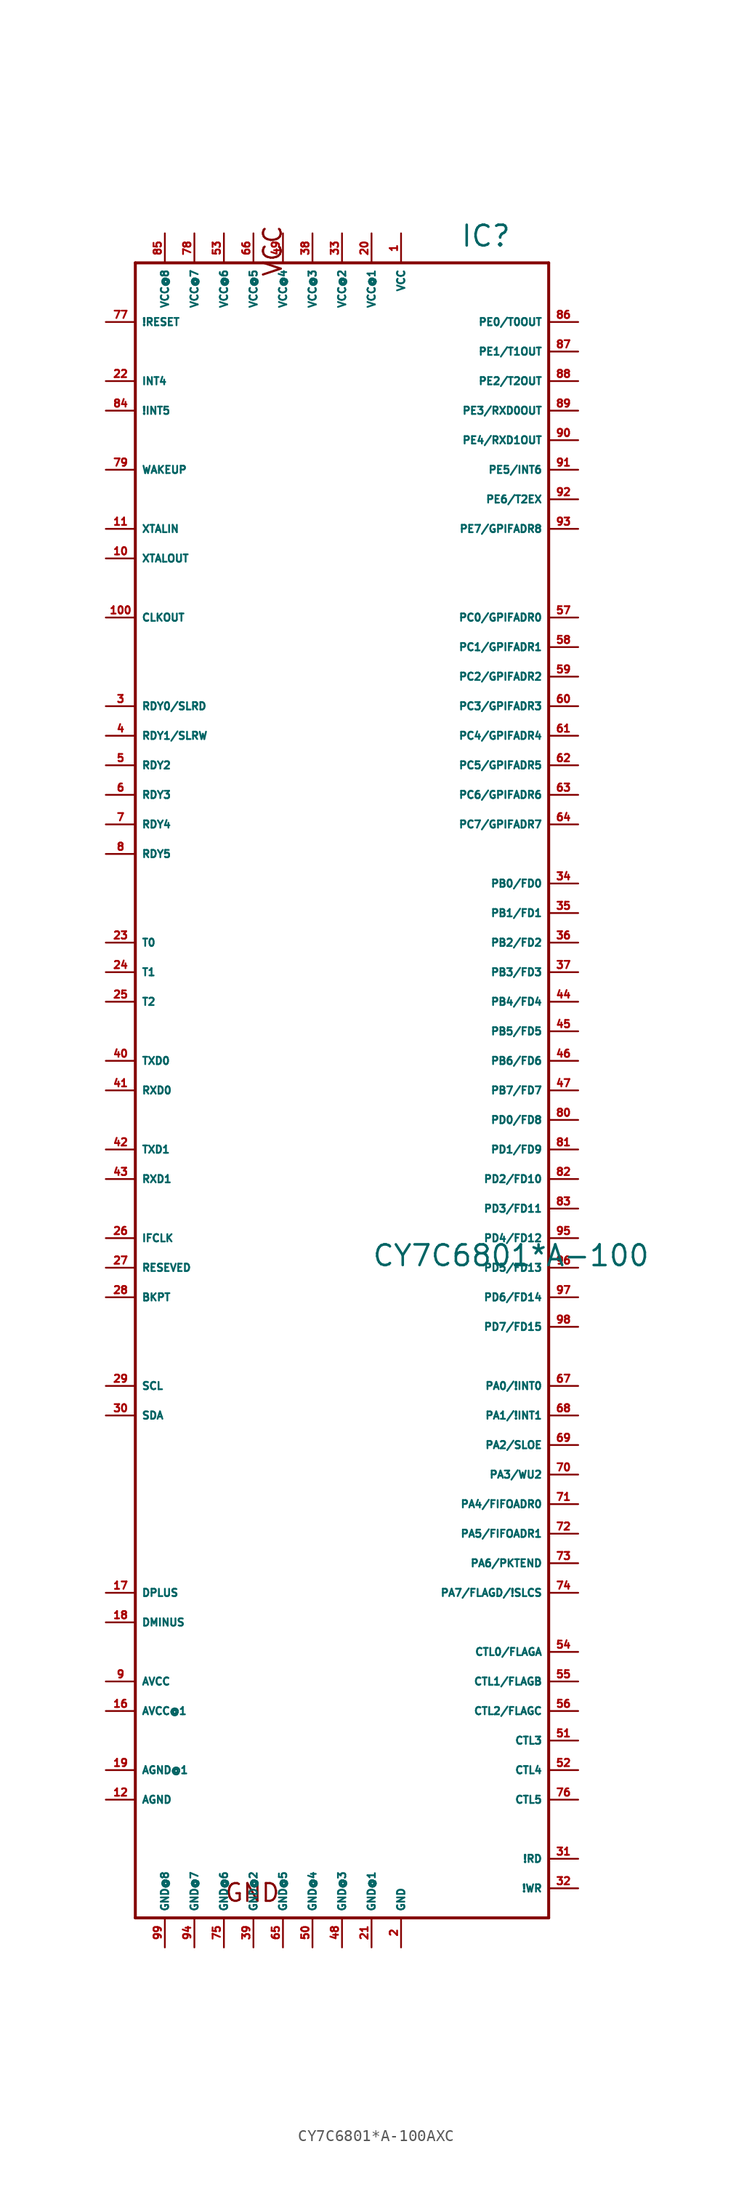
<source format=kicad_sym>
(kicad_symbol_lib
  (version 20220914)
  (generator Eagle2Kicad)
  (symbol "CY7C6801*A-100AXC"
    (property "Reference" "IC"
      (at 10.16 64.77 0)
      (effects (font (size 1.778 1.778) (thickness 0.22)) (justify left bottom)))
    (property "Value" "CY7C6801*A-100"
      (at 2.54 -22.86 0)
      (effects (font (size 1.778 1.778) (thickness 0.22)) (justify left bottom)))
    (polyline
      (pts (xy -17.78 63.5) (xy 17.78 63.5))
      (stroke (width 0.254) (type default))
      (fill (type none)))
    (polyline
      (pts (xy 17.78 63.5) (xy 17.78 -78.74))
      (stroke (width 0.254) (type default))
      (fill (type none)))
    (polyline
      (pts (xy 17.78 -78.74) (xy -17.78 -78.74))
      (stroke (width 0.254) (type default))
      (fill (type none)))
    (polyline
      (pts (xy -17.78 -78.74) (xy -17.78 63.5))
      (stroke (width 0.254) (type default))
      (fill (type none)))
    (text "GND"
      (at -10.16 -77.47 0)
      (effects (font (size 1.524 1.524) (thickness 0.19)) (justify left bottom)))
    (text "VCC"
      (at -5.08 62.23 1800)
      (effects (font (size 1.524 1.524) (thickness 0.19)) (justify left bottom)))
    (pin input line
      (at -20.32 33.02 0)
      (length 2.54)
      (name "CLKOUT" (effects (font (size 0.635 0.635) (thickness 0.08)) (justify left bottom)))
      (number "100" (effects (font (size 0.635 0.635) (thickness 0.08)) (justify left bottom))))
    (pin input line
      (at 5.08 66.04 270)
      (length 2.54)
      (name "VCC" (effects (font (size 0.635 0.635) (thickness 0.08)) (justify left bottom)))
      (number "1" (effects (font (size 0.635 0.635) (thickness 0.08)) (justify left bottom))))
    (pin input line
      (at 5.08 -81.28 90)
      (length 2.54)
      (name "GND" (effects (font (size 0.635 0.635) (thickness 0.08)) (justify left bottom)))
      (number "2" (effects (font (size 0.635 0.635) (thickness 0.08)) (justify left bottom))))
    (pin input line
      (at -20.32 25.4 0)
      (length 2.54)
      (name "RDY0/SLRD" (effects (font (size 0.635 0.635) (thickness 0.08)) (justify left bottom)))
      (number "3" (effects (font (size 0.635 0.635) (thickness 0.08)) (justify left bottom))))
    (pin input line
      (at -20.32 22.86 0)
      (length 2.54)
      (name "RDY1/SLRW" (effects (font (size 0.635 0.635) (thickness 0.08)) (justify left bottom)))
      (number "4" (effects (font (size 0.635 0.635) (thickness 0.08)) (justify left bottom))))
    (pin input line
      (at -20.32 20.32 0)
      (length 2.54)
      (name "RDY2" (effects (font (size 0.635 0.635) (thickness 0.08)) (justify left bottom)))
      (number "5" (effects (font (size 0.635 0.635) (thickness 0.08)) (justify left bottom))))
    (pin input line
      (at -20.32 17.78 0)
      (length 2.54)
      (name "RDY3" (effects (font (size 0.635 0.635) (thickness 0.08)) (justify left bottom)))
      (number "6" (effects (font (size 0.635 0.635) (thickness 0.08)) (justify left bottom))))
    (pin input line
      (at -20.32 15.24 0)
      (length 2.54)
      (name "RDY4" (effects (font (size 0.635 0.635) (thickness 0.08)) (justify left bottom)))
      (number "7" (effects (font (size 0.635 0.635) (thickness 0.08)) (justify left bottom))))
    (pin input line
      (at -20.32 12.7 0)
      (length 2.54)
      (name "RDY5" (effects (font (size 0.635 0.635) (thickness 0.08)) (justify left bottom)))
      (number "8" (effects (font (size 0.635 0.635) (thickness 0.08)) (justify left bottom))))
    (pin input line
      (at -20.32 -58.42 0)
      (length 2.54)
      (name "AVCC" (effects (font (size 0.635 0.635) (thickness 0.08)) (justify left bottom)))
      (number "9" (effects (font (size 0.635 0.635) (thickness 0.08)) (justify left bottom))))
    (pin input line
      (at -20.32 38.1 0)
      (length 2.54)
      (name "XTALOUT" (effects (font (size 0.635 0.635) (thickness 0.08)) (justify left bottom)))
      (number "10" (effects (font (size 0.635 0.635) (thickness 0.08)) (justify left bottom))))
    (pin input line
      (at -20.32 40.64 0)
      (length 2.54)
      (name "XTALIN" (effects (font (size 0.635 0.635) (thickness 0.08)) (justify left bottom)))
      (number "11" (effects (font (size 0.635 0.635) (thickness 0.08)) (justify left bottom))))
    (pin input line
      (at -20.32 -68.58 0)
      (length 2.54)
      (name "AGND" (effects (font (size 0.635 0.635) (thickness 0.08)) (justify left bottom)))
      (number "12" (effects (font (size 0.635 0.635) (thickness 0.08)) (justify left bottom))))
    (pin input line
      (at -20.32 -60.96 0)
      (length 2.54)
      (name "AVCC@1" (effects (font (size 0.635 0.635) (thickness 0.08)) (justify left bottom)))
      (number "16" (effects (font (size 0.635 0.635) (thickness 0.08)) (justify left bottom))))
    (pin bidirectional line
      (at -20.32 -50.8 0)
      (length 2.54)
      (name "DPLUS" (effects (font (size 0.635 0.635) (thickness 0.08)) (justify left bottom)))
      (number "17" (effects (font (size 0.635 0.635) (thickness 0.08)) (justify left bottom))))
    (pin bidirectional line
      (at -20.32 -53.34 0)
      (length 2.54)
      (name "DMINUS" (effects (font (size 0.635 0.635) (thickness 0.08)) (justify left bottom)))
      (number "18" (effects (font (size 0.635 0.635) (thickness 0.08)) (justify left bottom))))
    (pin input line
      (at -20.32 -66.04 0)
      (length 2.54)
      (name "AGND@1" (effects (font (size 0.635 0.635) (thickness 0.08)) (justify left bottom)))
      (number "19" (effects (font (size 0.635 0.635) (thickness 0.08)) (justify left bottom))))
    (pin input line
      (at 2.54 66.04 270)
      (length 2.54)
      (name "VCC@1" (effects (font (size 0.635 0.635) (thickness 0.08)) (justify left bottom)))
      (number "20" (effects (font (size 0.635 0.635) (thickness 0.08)) (justify left bottom))))
    (pin input line
      (at 2.54 -81.28 90)
      (length 2.54)
      (name "GND@1" (effects (font (size 0.635 0.635) (thickness 0.08)) (justify left bottom)))
      (number "21" (effects (font (size 0.635 0.635) (thickness 0.08)) (justify left bottom))))
    (pin output line
      (at -20.32 53.34 0)
      (length 2.54)
      (name "INT4" (effects (font (size 0.635 0.635) (thickness 0.08)) (justify left bottom)))
      (number "22" (effects (font (size 0.635 0.635) (thickness 0.08)) (justify left bottom))))
    (pin output line
      (at -20.32 5.08 0)
      (length 2.54)
      (name "T0" (effects (font (size 0.635 0.635) (thickness 0.08)) (justify left bottom)))
      (number "23" (effects (font (size 0.635 0.635) (thickness 0.08)) (justify left bottom))))
    (pin output line
      (at -20.32 2.54 0)
      (length 2.54)
      (name "T1" (effects (font (size 0.635 0.635) (thickness 0.08)) (justify left bottom)))
      (number "24" (effects (font (size 0.635 0.635) (thickness 0.08)) (justify left bottom))))
    (pin output line
      (at -20.32 0 0)
      (length 2.54)
      (name "T2" (effects (font (size 0.635 0.635) (thickness 0.08)) (justify left bottom)))
      (number "25" (effects (font (size 0.635 0.635) (thickness 0.08)) (justify left bottom))))
    (pin bidirectional line
      (at -20.32 -20.32 0)
      (length 2.54)
      (name "IFCLK" (effects (font (size 0.635 0.635) (thickness 0.08)) (justify left bottom)))
      (number "26" (effects (font (size 0.635 0.635) (thickness 0.08)) (justify left bottom))))
    (pin input line
      (at -20.32 -22.86 0)
      (length 2.54)
      (name "RESEVED" (effects (font (size 0.635 0.635) (thickness 0.08)) (justify left bottom)))
      (number "27" (effects (font (size 0.635 0.635) (thickness 0.08)) (justify left bottom))))
    (pin output line
      (at -20.32 -25.4 0)
      (length 2.54)
      (name "BKPT" (effects (font (size 0.635 0.635) (thickness 0.08)) (justify left bottom)))
      (number "28" (effects (font (size 0.635 0.635) (thickness 0.08)) (justify left bottom))))
    (pin output line
      (at -20.32 -33.02 0)
      (length 2.54)
      (name "SCL" (effects (font (size 0.635 0.635) (thickness 0.08)) (justify left bottom)))
      (number "29" (effects (font (size 0.635 0.635) (thickness 0.08)) (justify left bottom))))
    (pin bidirectional line
      (at -20.32 -35.56 0)
      (length 2.54)
      (name "SDA" (effects (font (size 0.635 0.635) (thickness 0.08)) (justify left bottom)))
      (number "30" (effects (font (size 0.635 0.635) (thickness 0.08)) (justify left bottom))))
    (pin output line
      (at 20.32 -73.66 180)
      (length 2.54)
      (name "!RD" (effects (font (size 0.635 0.635) (thickness 0.08)) (justify left bottom)))
      (number "31" (effects (font (size 0.635 0.635) (thickness 0.08)) (justify left bottom))))
    (pin output line
      (at 20.32 -76.2 180)
      (length 2.54)
      (name "!WR" (effects (font (size 0.635 0.635) (thickness 0.08)) (justify left bottom)))
      (number "32" (effects (font (size 0.635 0.635) (thickness 0.08)) (justify left bottom))))
    (pin input line
      (at 0 66.04 270)
      (length 2.54)
      (name "VCC@2" (effects (font (size 0.635 0.635) (thickness 0.08)) (justify left bottom)))
      (number "33" (effects (font (size 0.635 0.635) (thickness 0.08)) (justify left bottom))))
    (pin bidirectional line
      (at 20.32 10.16 180)
      (length 2.54)
      (name "PB0/FD0" (effects (font (size 0.635 0.635) (thickness 0.08)) (justify left bottom)))
      (number "34" (effects (font (size 0.635 0.635) (thickness 0.08)) (justify left bottom))))
    (pin bidirectional line
      (at 20.32 7.62 180)
      (length 2.54)
      (name "PB1/FD1" (effects (font (size 0.635 0.635) (thickness 0.08)) (justify left bottom)))
      (number "35" (effects (font (size 0.635 0.635) (thickness 0.08)) (justify left bottom))))
    (pin bidirectional line
      (at 20.32 5.08 180)
      (length 2.54)
      (name "PB2/FD2" (effects (font (size 0.635 0.635) (thickness 0.08)) (justify left bottom)))
      (number "36" (effects (font (size 0.635 0.635) (thickness 0.08)) (justify left bottom))))
    (pin bidirectional line
      (at 20.32 2.54 180)
      (length 2.54)
      (name "PB3/FD3" (effects (font (size 0.635 0.635) (thickness 0.08)) (justify left bottom)))
      (number "37" (effects (font (size 0.635 0.635) (thickness 0.08)) (justify left bottom))))
    (pin input line
      (at -2.54 66.04 270)
      (length 2.54)
      (name "VCC@3" (effects (font (size 0.635 0.635) (thickness 0.08)) (justify left bottom)))
      (number "38" (effects (font (size 0.635 0.635) (thickness 0.08)) (justify left bottom))))
    (pin input line
      (at 0 -81.28 90)
      (length 2.54)
      (name "GND@3" (effects (font (size 0.635 0.635) (thickness 0.08)) (justify left bottom)))
      (number "48" (effects (font (size 0.635 0.635) (thickness 0.08)) (justify left bottom))))
    (pin input line
      (at -20.32 -5.08 0)
      (length 2.54)
      (name "TXD0" (effects (font (size 0.635 0.635) (thickness 0.08)) (justify left bottom)))
      (number "40" (effects (font (size 0.635 0.635) (thickness 0.08)) (justify left bottom))))
    (pin input line
      (at -20.32 -12.7 0)
      (length 2.54)
      (name "TXD1" (effects (font (size 0.635 0.635) (thickness 0.08)) (justify left bottom)))
      (number "42" (effects (font (size 0.635 0.635) (thickness 0.08)) (justify left bottom))))
    (pin output line
      (at -20.32 -7.62 0)
      (length 2.54)
      (name "RXD0" (effects (font (size 0.635 0.635) (thickness 0.08)) (justify left bottom)))
      (number "41" (effects (font (size 0.635 0.635) (thickness 0.08)) (justify left bottom))))
    (pin output line
      (at -20.32 -15.24 0)
      (length 2.54)
      (name "RXD1" (effects (font (size 0.635 0.635) (thickness 0.08)) (justify left bottom)))
      (number "43" (effects (font (size 0.635 0.635) (thickness 0.08)) (justify left bottom))))
    (pin bidirectional line
      (at 20.32 0 180)
      (length 2.54)
      (name "PB4/FD4" (effects (font (size 0.635 0.635) (thickness 0.08)) (justify left bottom)))
      (number "44" (effects (font (size 0.635 0.635) (thickness 0.08)) (justify left bottom))))
    (pin bidirectional line
      (at 20.32 -2.54 180)
      (length 2.54)
      (name "PB5/FD5" (effects (font (size 0.635 0.635) (thickness 0.08)) (justify left bottom)))
      (number "45" (effects (font (size 0.635 0.635) (thickness 0.08)) (justify left bottom))))
    (pin bidirectional line
      (at 20.32 -5.08 180)
      (length 2.54)
      (name "PB6/FD6" (effects (font (size 0.635 0.635) (thickness 0.08)) (justify left bottom)))
      (number "46" (effects (font (size 0.635 0.635) (thickness 0.08)) (justify left bottom))))
    (pin bidirectional line
      (at 20.32 -7.62 180)
      (length 2.54)
      (name "PB7/FD7" (effects (font (size 0.635 0.635) (thickness 0.08)) (justify left bottom)))
      (number "47" (effects (font (size 0.635 0.635) (thickness 0.08)) (justify left bottom))))
    (pin input line
      (at -2.54 -81.28 90)
      (length 2.54)
      (name "GND@4" (effects (font (size 0.635 0.635) (thickness 0.08)) (justify left bottom)))
      (number "50" (effects (font (size 0.635 0.635) (thickness 0.08)) (justify left bottom))))
    (pin input line
      (at -5.08 66.04 270)
      (length 2.54)
      (name "VCC@4" (effects (font (size 0.635 0.635) (thickness 0.08)) (justify left bottom)))
      (number "49" (effects (font (size 0.635 0.635) (thickness 0.08)) (justify left bottom))))
    (pin input line
      (at -5.08 -81.28 90)
      (length 2.54)
      (name "GND@5" (effects (font (size 0.635 0.635) (thickness 0.08)) (justify left bottom)))
      (number "65" (effects (font (size 0.635 0.635) (thickness 0.08)) (justify left bottom))))
    (pin input line
      (at -7.62 66.04 270)
      (length 2.54)
      (name "VCC@5" (effects (font (size 0.635 0.635) (thickness 0.08)) (justify left bottom)))
      (number "66" (effects (font (size 0.635 0.635) (thickness 0.08)) (justify left bottom))))
    (pin input line
      (at 20.32 -63.5 180)
      (length 2.54)
      (name "CTL3" (effects (font (size 0.635 0.635) (thickness 0.08)) (justify left bottom)))
      (number "51" (effects (font (size 0.635 0.635) (thickness 0.08)) (justify left bottom))))
    (pin input line
      (at 20.32 -66.04 180)
      (length 2.54)
      (name "CTL4" (effects (font (size 0.635 0.635) (thickness 0.08)) (justify left bottom)))
      (number "52" (effects (font (size 0.635 0.635) (thickness 0.08)) (justify left bottom))))
    (pin output line
      (at 20.32 -55.88 180)
      (length 2.54)
      (name "CTL0/FLAGA" (effects (font (size 0.635 0.635) (thickness 0.08)) (justify left bottom)))
      (number "54" (effects (font (size 0.635 0.635) (thickness 0.08)) (justify left bottom))))
    (pin output line
      (at 20.32 -58.42 180)
      (length 2.54)
      (name "CTL1/FLAGB" (effects (font (size 0.635 0.635) (thickness 0.08)) (justify left bottom)))
      (number "55" (effects (font (size 0.635 0.635) (thickness 0.08)) (justify left bottom))))
    (pin output line
      (at 20.32 -60.96 180)
      (length 2.54)
      (name "CTL2/FLAGC" (effects (font (size 0.635 0.635) (thickness 0.08)) (justify left bottom)))
      (number "56" (effects (font (size 0.635 0.635) (thickness 0.08)) (justify left bottom))))
    (pin bidirectional line
      (at 20.32 33.02 180)
      (length 2.54)
      (name "PC0/GPIFADR0" (effects (font (size 0.635 0.635) (thickness 0.08)) (justify left bottom)))
      (number "57" (effects (font (size 0.635 0.635) (thickness 0.08)) (justify left bottom))))
    (pin bidirectional line
      (at 20.32 30.48 180)
      (length 2.54)
      (name "PC1/GPIFADR1" (effects (font (size 0.635 0.635) (thickness 0.08)) (justify left bottom)))
      (number "58" (effects (font (size 0.635 0.635) (thickness 0.08)) (justify left bottom))))
    (pin bidirectional line
      (at 20.32 27.94 180)
      (length 2.54)
      (name "PC2/GPIFADR2" (effects (font (size 0.635 0.635) (thickness 0.08)) (justify left bottom)))
      (number "59" (effects (font (size 0.635 0.635) (thickness 0.08)) (justify left bottom))))
    (pin bidirectional line
      (at 20.32 25.4 180)
      (length 2.54)
      (name "PC3/GPIFADR3" (effects (font (size 0.635 0.635) (thickness 0.08)) (justify left bottom)))
      (number "60" (effects (font (size 0.635 0.635) (thickness 0.08)) (justify left bottom))))
    (pin bidirectional line
      (at 20.32 22.86 180)
      (length 2.54)
      (name "PC4/GPIFADR4" (effects (font (size 0.635 0.635) (thickness 0.08)) (justify left bottom)))
      (number "61" (effects (font (size 0.635 0.635) (thickness 0.08)) (justify left bottom))))
    (pin bidirectional line
      (at 20.32 20.32 180)
      (length 2.54)
      (name "PC5/GPIFADR5" (effects (font (size 0.635 0.635) (thickness 0.08)) (justify left bottom)))
      (number "62" (effects (font (size 0.635 0.635) (thickness 0.08)) (justify left bottom))))
    (pin bidirectional line
      (at 20.32 17.78 180)
      (length 2.54)
      (name "PC6/GPIFADR6" (effects (font (size 0.635 0.635) (thickness 0.08)) (justify left bottom)))
      (number "63" (effects (font (size 0.635 0.635) (thickness 0.08)) (justify left bottom))))
    (pin bidirectional line
      (at 20.32 15.24 180)
      (length 2.54)
      (name "PC7/GPIFADR7" (effects (font (size 0.635 0.635) (thickness 0.08)) (justify left bottom)))
      (number "64" (effects (font (size 0.635 0.635) (thickness 0.08)) (justify left bottom))))
    (pin bidirectional line
      (at 20.32 -33.02 180)
      (length 2.54)
      (name "PA0/!INT0" (effects (font (size 0.635 0.635) (thickness 0.08)) (justify left bottom)))
      (number "67" (effects (font (size 0.635 0.635) (thickness 0.08)) (justify left bottom))))
    (pin bidirectional line
      (at 20.32 -35.56 180)
      (length 2.54)
      (name "PA1/!INT1" (effects (font (size 0.635 0.635) (thickness 0.08)) (justify left bottom)))
      (number "68" (effects (font (size 0.635 0.635) (thickness 0.08)) (justify left bottom))))
    (pin bidirectional line
      (at 20.32 -38.1 180)
      (length 2.54)
      (name "PA2/SLOE" (effects (font (size 0.635 0.635) (thickness 0.08)) (justify left bottom)))
      (number "69" (effects (font (size 0.635 0.635) (thickness 0.08)) (justify left bottom))))
    (pin bidirectional line
      (at 20.32 -40.64 180)
      (length 2.54)
      (name "PA3/WU2" (effects (font (size 0.635 0.635) (thickness 0.08)) (justify left bottom)))
      (number "70" (effects (font (size 0.635 0.635) (thickness 0.08)) (justify left bottom))))
    (pin bidirectional line
      (at 20.32 -43.18 180)
      (length 2.54)
      (name "PA4/FIFOADR0" (effects (font (size 0.635 0.635) (thickness 0.08)) (justify left bottom)))
      (number "71" (effects (font (size 0.635 0.635) (thickness 0.08)) (justify left bottom))))
    (pin bidirectional line
      (at 20.32 -45.72 180)
      (length 2.54)
      (name "PA5/FIFOADR1" (effects (font (size 0.635 0.635) (thickness 0.08)) (justify left bottom)))
      (number "72" (effects (font (size 0.635 0.635) (thickness 0.08)) (justify left bottom))))
    (pin bidirectional line
      (at 20.32 -48.26 180)
      (length 2.54)
      (name "PA6/PKTEND" (effects (font (size 0.635 0.635) (thickness 0.08)) (justify left bottom)))
      (number "73" (effects (font (size 0.635 0.635) (thickness 0.08)) (justify left bottom))))
    (pin bidirectional line
      (at 20.32 -50.8 180)
      (length 2.54)
      (name "PA7/FLAGD/!SLCS" (effects (font (size 0.635 0.635) (thickness 0.08)) (justify left bottom)))
      (number "74" (effects (font (size 0.635 0.635) (thickness 0.08)) (justify left bottom))))
    (pin bidirectional line
      (at 20.32 -68.58 180)
      (length 2.54)
      (name "CTL5" (effects (font (size 0.635 0.635) (thickness 0.08)) (justify left bottom)))
      (number "76" (effects (font (size 0.635 0.635) (thickness 0.08)) (justify left bottom))))
    (pin bidirectional line
      (at -20.32 58.42 0)
      (length 2.54)
      (name "!RESET" (effects (font (size 0.635 0.635) (thickness 0.08)) (justify left bottom)))
      (number "77" (effects (font (size 0.635 0.635) (thickness 0.08)) (justify left bottom))))
    (pin bidirectional line
      (at 20.32 -10.16 180)
      (length 2.54)
      (name "PD0/FD8" (effects (font (size 0.635 0.635) (thickness 0.08)) (justify left bottom)))
      (number "80" (effects (font (size 0.635 0.635) (thickness 0.08)) (justify left bottom))))
    (pin bidirectional line
      (at 20.32 -12.7 180)
      (length 2.54)
      (name "PD1/FD9" (effects (font (size 0.635 0.635) (thickness 0.08)) (justify left bottom)))
      (number "81" (effects (font (size 0.635 0.635) (thickness 0.08)) (justify left bottom))))
    (pin bidirectional line
      (at 20.32 -15.24 180)
      (length 2.54)
      (name "PD2/FD10" (effects (font (size 0.635 0.635) (thickness 0.08)) (justify left bottom)))
      (number "82" (effects (font (size 0.635 0.635) (thickness 0.08)) (justify left bottom))))
    (pin bidirectional line
      (at 20.32 -17.78 180)
      (length 2.54)
      (name "PD3/FD11" (effects (font (size 0.635 0.635) (thickness 0.08)) (justify left bottom)))
      (number "83" (effects (font (size 0.635 0.635) (thickness 0.08)) (justify left bottom))))
    (pin bidirectional line
      (at 20.32 -20.32 180)
      (length 2.54)
      (name "PD4/FD12" (effects (font (size 0.635 0.635) (thickness 0.08)) (justify left bottom)))
      (number "95" (effects (font (size 0.635 0.635) (thickness 0.08)) (justify left bottom))))
    (pin bidirectional line
      (at 20.32 -22.86 180)
      (length 2.54)
      (name "PD5/FD13" (effects (font (size 0.635 0.635) (thickness 0.08)) (justify left bottom)))
      (number "96" (effects (font (size 0.635 0.635) (thickness 0.08)) (justify left bottom))))
    (pin bidirectional line
      (at 20.32 -25.4 180)
      (length 2.54)
      (name "PD6/FD14" (effects (font (size 0.635 0.635) (thickness 0.08)) (justify left bottom)))
      (number "97" (effects (font (size 0.635 0.635) (thickness 0.08)) (justify left bottom))))
    (pin bidirectional line
      (at 20.32 -27.94 180)
      (length 2.54)
      (name "PD7/FD15" (effects (font (size 0.635 0.635) (thickness 0.08)) (justify left bottom)))
      (number "98" (effects (font (size 0.635 0.635) (thickness 0.08)) (justify left bottom))))
    (pin output line
      (at -20.32 50.8 0)
      (length 2.54)
      (name "!INT5" (effects (font (size 0.635 0.635) (thickness 0.08)) (justify left bottom)))
      (number "84" (effects (font (size 0.635 0.635) (thickness 0.08)) (justify left bottom))))
    (pin bidirectional line
      (at 20.32 58.42 180)
      (length 2.54)
      (name "PE0/T0OUT" (effects (font (size 0.635 0.635) (thickness 0.08)) (justify left bottom)))
      (number "86" (effects (font (size 0.635 0.635) (thickness 0.08)) (justify left bottom))))
    (pin bidirectional line
      (at 20.32 55.88 180)
      (length 2.54)
      (name "PE1/T1OUT" (effects (font (size 0.635 0.635) (thickness 0.08)) (justify left bottom)))
      (number "87" (effects (font (size 0.635 0.635) (thickness 0.08)) (justify left bottom))))
    (pin bidirectional line
      (at 20.32 53.34 180)
      (length 2.54)
      (name "PE2/T2OUT" (effects (font (size 0.635 0.635) (thickness 0.08)) (justify left bottom)))
      (number "88" (effects (font (size 0.635 0.635) (thickness 0.08)) (justify left bottom))))
    (pin bidirectional line
      (at 20.32 50.8 180)
      (length 2.54)
      (name "PE3/RXD0OUT" (effects (font (size 0.635 0.635) (thickness 0.08)) (justify left bottom)))
      (number "89" (effects (font (size 0.635 0.635) (thickness 0.08)) (justify left bottom))))
    (pin bidirectional line
      (at 20.32 48.26 180)
      (length 2.54)
      (name "PE4/RXD1OUT" (effects (font (size 0.635 0.635) (thickness 0.08)) (justify left bottom)))
      (number "90" (effects (font (size 0.635 0.635) (thickness 0.08)) (justify left bottom))))
    (pin bidirectional line
      (at 20.32 45.72 180)
      (length 2.54)
      (name "PE5/INT6" (effects (font (size 0.635 0.635) (thickness 0.08)) (justify left bottom)))
      (number "91" (effects (font (size 0.635 0.635) (thickness 0.08)) (justify left bottom))))
    (pin bidirectional line
      (at 20.32 43.18 180)
      (length 2.54)
      (name "PE6/T2EX" (effects (font (size 0.635 0.635) (thickness 0.08)) (justify left bottom)))
      (number "92" (effects (font (size 0.635 0.635) (thickness 0.08)) (justify left bottom))))
    (pin bidirectional line
      (at 20.32 40.64 180)
      (length 2.54)
      (name "PE7/GPIFADR8" (effects (font (size 0.635 0.635) (thickness 0.08)) (justify left bottom)))
      (number "93" (effects (font (size 0.635 0.635) (thickness 0.08)) (justify left bottom))))
    (pin input line
      (at -20.32 45.72 0)
      (length 2.54)
      (name "WAKEUP" (effects (font (size 0.635 0.635) (thickness 0.08)) (justify left bottom)))
      (number "79" (effects (font (size 0.635 0.635) (thickness 0.08)) (justify left bottom))))
    (pin input line
      (at -10.16 66.04 270)
      (length 2.54)
      (name "VCC@6" (effects (font (size 0.635 0.635) (thickness 0.08)) (justify left bottom)))
      (number "53" (effects (font (size 0.635 0.635) (thickness 0.08)) (justify left bottom))))
    (pin input line
      (at -12.7 66.04 270)
      (length 2.54)
      (name "VCC@7" (effects (font (size 0.635 0.635) (thickness 0.08)) (justify left bottom)))
      (number "78" (effects (font (size 0.635 0.635) (thickness 0.08)) (justify left bottom))))
    (pin input line
      (at -7.62 -81.28 90)
      (length 2.54)
      (name "GND@2" (effects (font (size 0.635 0.635) (thickness 0.08)) (justify left bottom)))
      (number "39" (effects (font (size 0.635 0.635) (thickness 0.08)) (justify left bottom))))
    (pin input line
      (at -10.16 -81.28 90)
      (length 2.54)
      (name "GND@6" (effects (font (size 0.635 0.635) (thickness 0.08)) (justify left bottom)))
      (number "75" (effects (font (size 0.635 0.635) (thickness 0.08)) (justify left bottom))))
    (pin input line
      (at -15.24 66.04 270)
      (length 2.54)
      (name "VCC@8" (effects (font (size 0.635 0.635) (thickness 0.08)) (justify left bottom)))
      (number "85" (effects (font (size 0.635 0.635) (thickness 0.08)) (justify left bottom))))
    (pin input line
      (at -12.7 -81.28 90)
      (length 2.54)
      (name "GND@7" (effects (font (size 0.635 0.635) (thickness 0.08)) (justify left bottom)))
      (number "94" (effects (font (size 0.635 0.635) (thickness 0.08)) (justify left bottom))))
    (pin input line
      (at -15.24 -81.28 90)
      (length 2.54)
      (name "GND@8" (effects (font (size 0.635 0.635) (thickness 0.08)) (justify left bottom)))
      (number "99" (effects (font (size 0.635 0.635) (thickness 0.08)) (justify left bottom))))))
</source>
